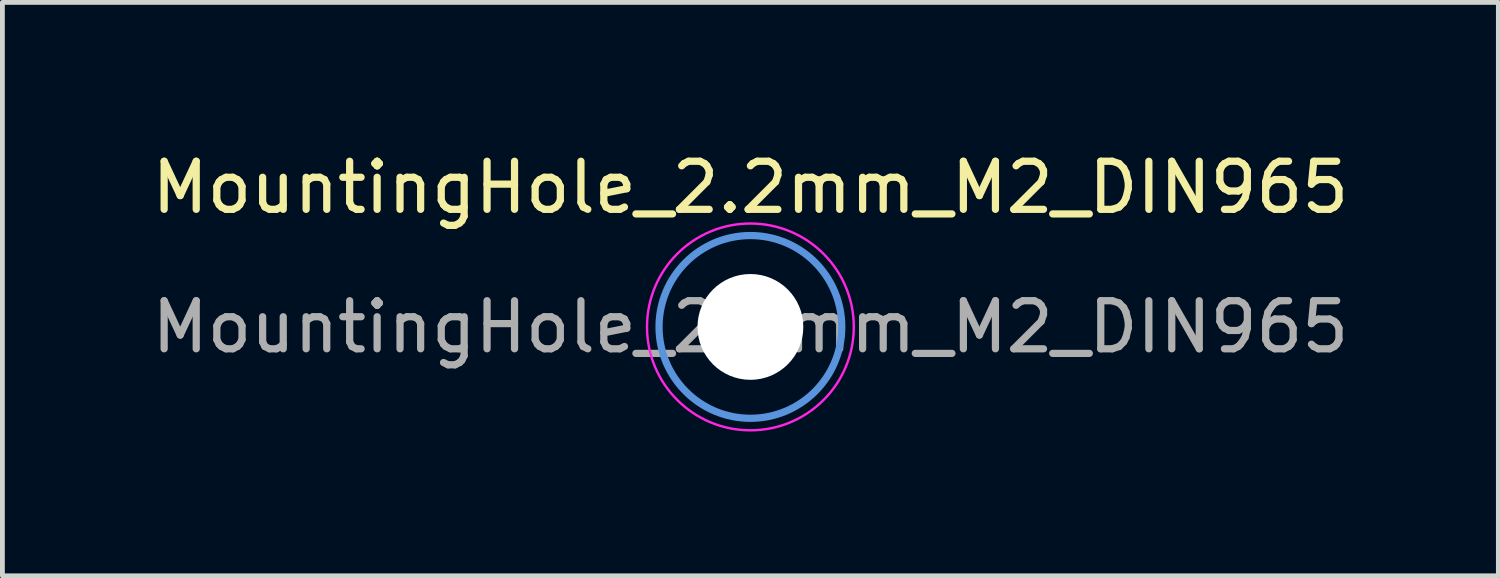
<source format=kicad_pcb>
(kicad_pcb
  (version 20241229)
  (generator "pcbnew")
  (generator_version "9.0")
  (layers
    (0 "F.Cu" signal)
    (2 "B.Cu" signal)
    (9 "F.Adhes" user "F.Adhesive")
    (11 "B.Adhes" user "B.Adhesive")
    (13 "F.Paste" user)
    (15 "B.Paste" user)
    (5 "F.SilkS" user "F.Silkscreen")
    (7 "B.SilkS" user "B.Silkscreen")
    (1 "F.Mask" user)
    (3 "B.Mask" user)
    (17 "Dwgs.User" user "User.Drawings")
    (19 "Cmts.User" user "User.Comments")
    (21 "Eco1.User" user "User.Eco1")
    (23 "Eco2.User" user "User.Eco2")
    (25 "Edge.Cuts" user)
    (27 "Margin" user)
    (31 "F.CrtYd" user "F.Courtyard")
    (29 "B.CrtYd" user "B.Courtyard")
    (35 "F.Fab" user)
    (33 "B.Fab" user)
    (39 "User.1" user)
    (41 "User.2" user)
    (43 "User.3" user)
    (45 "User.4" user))
  (footprint "MountingHole_2.2mm_M2_DIN965"
    (layer "F.Cu")
    (at 12.554 3.748)
    (property "Reference" "MountingHole_2.2mm_M2_DIN965" (at 0 -2.9 0) (layer "F.SilkS") (effects (font (size 1 1) (thickness 0.15))))
    (attr exclude_from_pos_files exclude_from_bom)
    (fp_circle (center 0 0) (end 1.9 0) (stroke (width 0.15) (type solid)) (fill no) (layer "Cmts.User"))
    (fp_circle (center 0 0) (end 2.15 0) (stroke (width 0.05) (type solid)) (fill no) (layer "F.CrtYd"))
    (fp_text user "${REFERENCE}" (at 0 0 0) (layer "F.Fab") (effects (font (size 1 1) (thickness 0.15))))
    (pad "" np_thru_hole circle (at 0 0) (size 2.2 2.2) (drill 2.2) (layers "*.Cu" "*.Mask")))
  (gr_rect
    (start -3 -3)
    (end 28.107 8.923)
    (stroke (width 0.1) (type default))
    (fill no)
    (layer "Edge.Cuts")))
</source>
